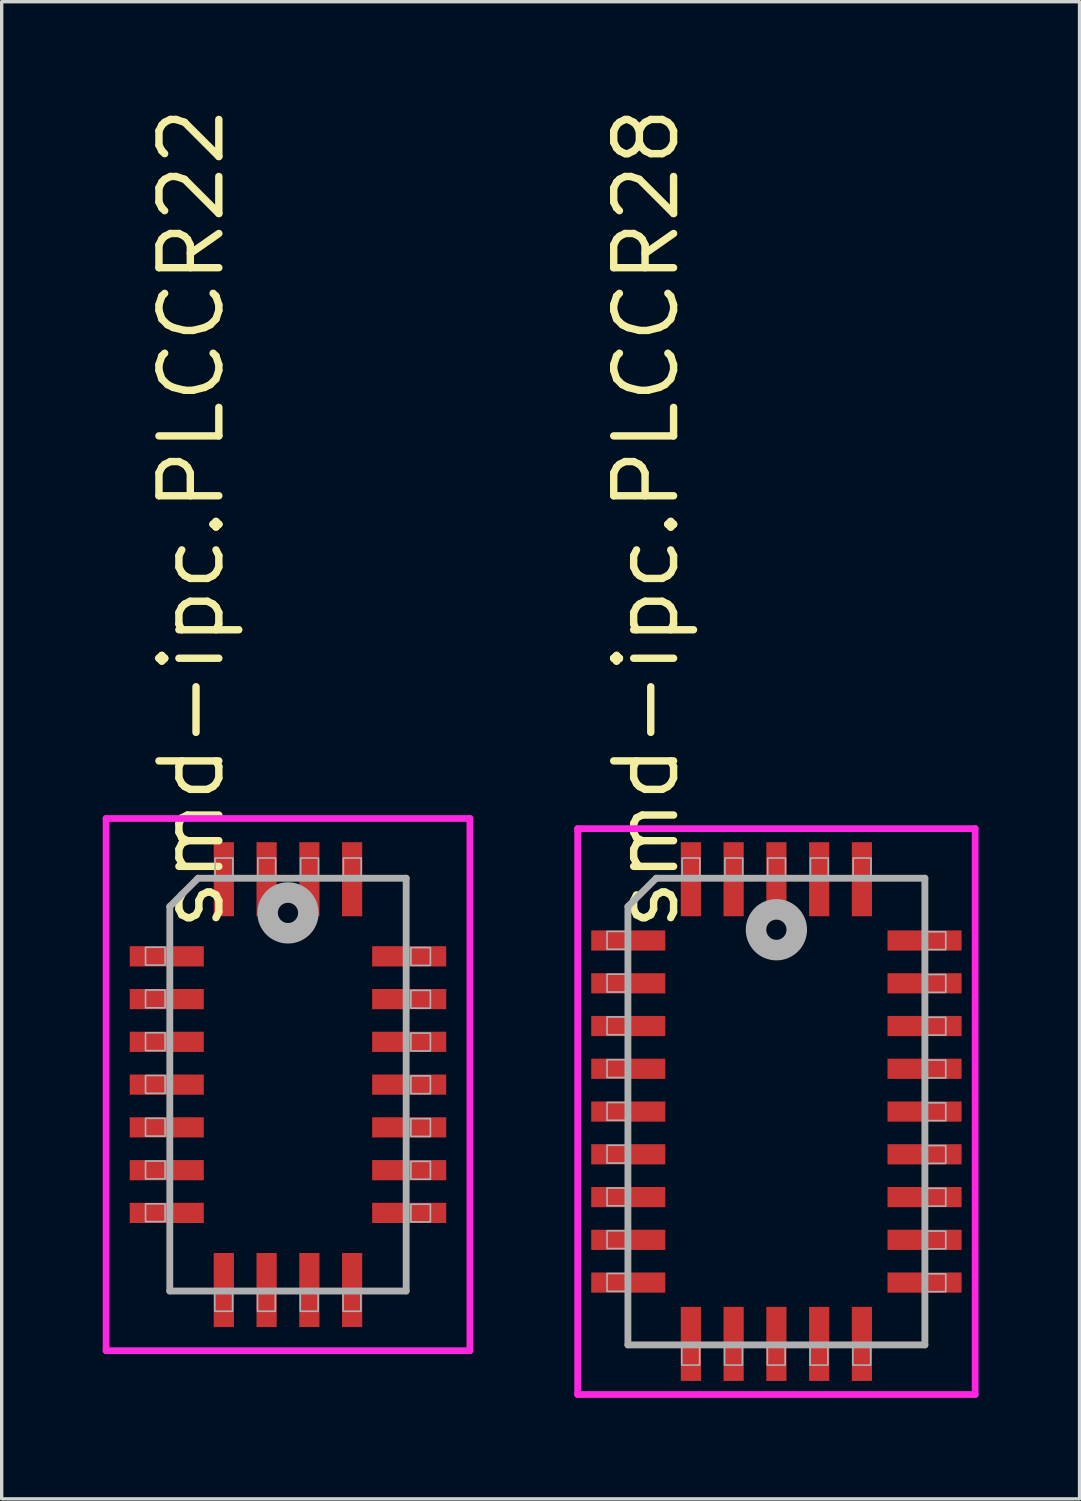
<source format=kicad_pcb>
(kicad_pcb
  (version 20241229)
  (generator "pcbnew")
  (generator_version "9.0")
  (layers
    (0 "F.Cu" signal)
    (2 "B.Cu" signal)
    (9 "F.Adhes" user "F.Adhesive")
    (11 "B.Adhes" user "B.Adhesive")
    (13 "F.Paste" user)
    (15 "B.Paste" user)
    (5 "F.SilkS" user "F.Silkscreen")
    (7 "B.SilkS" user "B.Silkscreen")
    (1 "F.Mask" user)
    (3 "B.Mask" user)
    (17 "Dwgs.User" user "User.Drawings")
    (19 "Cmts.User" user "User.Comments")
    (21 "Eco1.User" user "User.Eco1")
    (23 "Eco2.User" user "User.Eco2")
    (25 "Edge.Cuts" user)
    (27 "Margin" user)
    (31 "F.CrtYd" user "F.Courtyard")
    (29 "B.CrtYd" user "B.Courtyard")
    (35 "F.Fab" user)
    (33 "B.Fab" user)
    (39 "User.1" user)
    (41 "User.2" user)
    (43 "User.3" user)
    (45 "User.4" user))
  (footprint "smd-ipc.PLCCR22"
    (layer "F.Cu")
    (at 5.503 29.163)
    (property "Reference" "smd-ipc.PLCCR22" (at -1.825 -4.475 270) (layer "F.SilkS") (effects (font (size 1.778 1.778) (thickness 0.22)) (justify left bottom)))
    (attr smd)
    (fp_line (start -5.403 -7.903) (end 5.403 -7.903) (stroke (width 0.2) (type default)) (layer "F.CrtYd"))
    (fp_line (start -5.403 7.903) (end -5.403 -7.903) (stroke (width 0.2) (type default)) (layer "F.CrtYd"))
    (fp_line (start 5.403 -7.903) (end 5.403 7.903) (stroke (width 0.2) (type default)) (layer "F.CrtYd"))
    (fp_line (start 5.403 7.903) (end -5.403 7.903) (stroke (width 0.2) (type default)) (layer "F.CrtYd"))
    (fp_line (start -3.51 -5.29) (end -3.51 6.13) (stroke (width 0.203) (type default)) (layer "F.Fab"))
    (fp_line (start -3.51 6.13) (end 3.51 6.13) (stroke (width 0.203) (type default)) (layer "F.Fab"))
    (fp_line (start -2.67 -6.13) (end -3.51 -5.29) (stroke (width 0.203) (type default)) (layer "F.Fab"))
    (fp_line (start 3.51 -6.13) (end -2.67 -6.13) (stroke (width 0.203) (type default)) (layer "F.Fab"))
    (fp_line (start 3.51 6.13) (end 3.51 -6.13) (stroke (width 0.203) (type default)) (layer "F.Fab"))
    (fp_rect (start -4.23 -3.55) (end -3.65 -4.08) (stroke (width 0.05) (type default)) (fill no) (layer "F.Fab"))
    (fp_rect (start -4.23 -2.28) (end -3.65 -2.81) (stroke (width 0.05) (type default)) (fill no) (layer "F.Fab"))
    (fp_rect (start -4.23 -1.01) (end -3.65 -1.54) (stroke (width 0.05) (type default)) (fill no) (layer "F.Fab"))
    (fp_rect (start -4.23 0.26) (end -3.65 -0.27) (stroke (width 0.05) (type default)) (fill no) (layer "F.Fab"))
    (fp_rect (start -4.23 1.53) (end -3.65 1) (stroke (width 0.05) (type default)) (fill no) (layer "F.Fab"))
    (fp_rect (start -4.23 2.8) (end -3.65 2.27) (stroke (width 0.05) (type default)) (fill no) (layer "F.Fab"))
    (fp_rect (start -4.23 4.07) (end -3.65 3.54) (stroke (width 0.05) (type default)) (fill no) (layer "F.Fab"))
    (fp_rect (start -2.175 6.73) (end -1.645 6.15) (stroke (width 0.05) (type default)) (fill no) (layer "F.Fab"))
    (fp_rect (start -2.165 -6.15) (end -1.635 -6.73) (stroke (width 0.05) (type default)) (fill no) (layer "F.Fab"))
    (fp_rect (start -0.905 6.73) (end -0.375 6.15) (stroke (width 0.05) (type default)) (fill no) (layer "F.Fab"))
    (fp_rect (start -0.895 -6.15) (end -0.365 -6.73) (stroke (width 0.05) (type default)) (fill no) (layer "F.Fab"))
    (fp_rect (start 0.365 6.73) (end 0.895 6.15) (stroke (width 0.05) (type default)) (fill no) (layer "F.Fab"))
    (fp_rect (start 0.375 -6.15) (end 0.905 -6.73) (stroke (width 0.05) (type default)) (fill no) (layer "F.Fab"))
    (fp_rect (start 1.635 6.73) (end 2.165 6.15) (stroke (width 0.05) (type default)) (fill no) (layer "F.Fab"))
    (fp_rect (start 1.645 -6.15) (end 2.175 -6.73) (stroke (width 0.05) (type default)) (fill no) (layer "F.Fab"))
    (fp_rect (start 3.65 -3.54) (end 4.23 -4.07) (stroke (width 0.05) (type default)) (fill no) (layer "F.Fab"))
    (fp_rect (start 3.65 -2.27) (end 4.23 -2.8) (stroke (width 0.05) (type default)) (fill no) (layer "F.Fab"))
    (fp_rect (start 3.65 -1) (end 4.23 -1.53) (stroke (width 0.05) (type default)) (fill no) (layer "F.Fab"))
    (fp_rect (start 3.65 0.27) (end 4.23 -0.26) (stroke (width 0.05) (type default)) (fill no) (layer "F.Fab"))
    (fp_rect (start 3.65 1.54) (end 4.23 1.01) (stroke (width 0.05) (type default)) (fill no) (layer "F.Fab"))
    (fp_rect (start 3.65 2.81) (end 4.23 2.28) (stroke (width 0.05) (type default)) (fill no) (layer "F.Fab"))
    (fp_rect (start 3.65 4.08) (end 4.23 3.55) (stroke (width 0.05) (type default)) (fill no) (layer "F.Fab"))
    (fp_circle (center 0 -5.1) (end 0.3 -5.1) (stroke (width 0.61) (type default)) (fill no) (layer "F.Fab"))
    (pad "1" smd roundrect (at -0.635 -6.1) (size 0.6 2.2) (layers "F.Cu" "F.Mask" "F.Paste") (roundrect_rratio 0.01))
    (pad "2" smd roundrect (at -1.905 -6.1) (size 0.6 2.2) (layers "F.Cu" "F.Mask" "F.Paste") (roundrect_rratio 0.01))
    (pad "3" smd roundrect (at -3.6 -3.81) (size 2.2 0.6) (layers "F.Cu" "F.Mask" "F.Paste") (roundrect_rratio 0.01))
    (pad "4" smd roundrect (at -3.6 -2.54) (size 2.2 0.6) (layers "F.Cu" "F.Mask" "F.Paste") (roundrect_rratio 0.01))
    (pad "5" smd roundrect (at -3.6 -1.27) (size 2.2 0.6) (layers "F.Cu" "F.Mask" "F.Paste") (roundrect_rratio 0.01))
    (pad "6" smd roundrect (at -3.6 0) (size 2.2 0.6) (layers "F.Cu" "F.Mask" "F.Paste") (roundrect_rratio 0.01))
    (pad "7" smd roundrect (at -3.6 1.27) (size 2.2 0.6) (layers "F.Cu" "F.Mask" "F.Paste") (roundrect_rratio 0.01))
    (pad "8" smd roundrect (at -3.6 2.54) (size 2.2 0.6) (layers "F.Cu" "F.Mask" "F.Paste") (roundrect_rratio 0.01))
    (pad "9" smd roundrect (at -3.6 3.81) (size 2.2 0.6) (layers "F.Cu" "F.Mask" "F.Paste") (roundrect_rratio 0.01))
    (pad "10" smd roundrect (at -1.905 6.1) (size 0.6 2.2) (layers "F.Cu" "F.Mask" "F.Paste") (roundrect_rratio 0.01))
    (pad "11" smd roundrect (at -0.635 6.1) (size 0.6 2.2) (layers "F.Cu" "F.Mask" "F.Paste") (roundrect_rratio 0.01))
    (pad "12" smd roundrect (at 0.635 6.1) (size 0.6 2.2) (layers "F.Cu" "F.Mask" "F.Paste") (roundrect_rratio 0.01))
    (pad "13" smd roundrect (at 1.905 6.1) (size 0.6 2.2) (layers "F.Cu" "F.Mask" "F.Paste") (roundrect_rratio 0.01))
    (pad "14" smd roundrect (at 3.6 3.81) (size 2.2 0.6) (layers "F.Cu" "F.Mask" "F.Paste") (roundrect_rratio 0.01))
    (pad "15" smd roundrect (at 3.6 2.54) (size 2.2 0.6) (layers "F.Cu" "F.Mask" "F.Paste") (roundrect_rratio 0.01))
    (pad "16" smd roundrect (at 3.6 1.27) (size 2.2 0.6) (layers "F.Cu" "F.Mask" "F.Paste") (roundrect_rratio 0.01))
    (pad "17" smd roundrect (at 3.6 0) (size 2.2 0.6) (layers "F.Cu" "F.Mask" "F.Paste") (roundrect_rratio 0.01))
    (pad "18" smd roundrect (at 3.6 -1.27) (size 2.2 0.6) (layers "F.Cu" "F.Mask" "F.Paste") (roundrect_rratio 0.01))
    (pad "19" smd roundrect (at 3.6 -2.54) (size 2.2 0.6) (layers "F.Cu" "F.Mask" "F.Paste") (roundrect_rratio 0.01))
    (pad "20" smd roundrect (at 3.6 -3.81) (size 2.2 0.6) (layers "F.Cu" "F.Mask" "F.Paste") (roundrect_rratio 0.01))
    (pad "21" smd roundrect (at 1.905 -6.1) (size 0.6 2.2) (layers "F.Cu" "F.Mask" "F.Paste") (roundrect_rratio 0.01))
    (pad "22" smd roundrect (at 0.635 -6.1) (size 0.6 2.2) (layers "F.Cu" "F.Mask" "F.Paste") (roundrect_rratio 0.01)))
  (footprint "smd-ipc.PLCCR28"
    (layer "F.Cu")
    (at 20.009 29.963)
    (property "Reference" "smd-ipc.PLCCR28" (at -2.825 -5.275 270) (layer "F.SilkS") (effects (font (size 1.778 1.778) (thickness 0.22)) (justify left bottom)))
    (attr smd)
    (fp_line (start -5.903 -8.403) (end 5.903 -8.403) (stroke (width 0.2) (type default)) (layer "F.CrtYd"))
    (fp_line (start -5.903 8.403) (end -5.903 -8.403) (stroke (width 0.2) (type default)) (layer "F.CrtYd"))
    (fp_line (start 5.903 -8.403) (end 5.903 8.403) (stroke (width 0.2) (type default)) (layer "F.CrtYd"))
    (fp_line (start 5.903 8.403) (end -5.903 8.403) (stroke (width 0.2) (type default)) (layer "F.CrtYd"))
    (fp_line (start -4.41 -6.09) (end -4.41 6.93) (stroke (width 0.203) (type default)) (layer "F.Fab"))
    (fp_line (start -4.41 6.93) (end 4.41 6.93) (stroke (width 0.203) (type default)) (layer "F.Fab"))
    (fp_line (start -3.57 -6.93) (end -4.41 -6.09) (stroke (width 0.203) (type default)) (layer "F.Fab"))
    (fp_line (start 4.41 -6.93) (end -3.57 -6.93) (stroke (width 0.203) (type default)) (layer "F.Fab"))
    (fp_line (start 4.41 6.93) (end 4.41 -6.93) (stroke (width 0.203) (type default)) (layer "F.Fab"))
    (fp_rect (start -5.03 -4.82) (end -4.45 -5.35) (stroke (width 0.05) (type default)) (fill no) (layer "F.Fab"))
    (fp_rect (start -5.03 -3.55) (end -4.45 -4.08) (stroke (width 0.05) (type default)) (fill no) (layer "F.Fab"))
    (fp_rect (start -5.03 -2.28) (end -4.45 -2.81) (stroke (width 0.05) (type default)) (fill no) (layer "F.Fab"))
    (fp_rect (start -5.03 -1.01) (end -4.45 -1.54) (stroke (width 0.05) (type default)) (fill no) (layer "F.Fab"))
    (fp_rect (start -5.03 0.26) (end -4.45 -0.27) (stroke (width 0.05) (type default)) (fill no) (layer "F.Fab"))
    (fp_rect (start -5.03 1.53) (end -4.45 1) (stroke (width 0.05) (type default)) (fill no) (layer "F.Fab"))
    (fp_rect (start -5.03 2.8) (end -4.45 2.27) (stroke (width 0.05) (type default)) (fill no) (layer "F.Fab"))
    (fp_rect (start -5.03 4.07) (end -4.45 3.54) (stroke (width 0.05) (type default)) (fill no) (layer "F.Fab"))
    (fp_rect (start -5.03 5.34) (end -4.45 4.81) (stroke (width 0.05) (type default)) (fill no) (layer "F.Fab"))
    (fp_rect (start -2.81 7.53) (end -2.28 6.95) (stroke (width 0.05) (type default)) (fill no) (layer "F.Fab"))
    (fp_rect (start -2.8 -6.95) (end -2.27 -7.53) (stroke (width 0.05) (type default)) (fill no) (layer "F.Fab"))
    (fp_rect (start -1.54 7.53) (end -1.01 6.95) (stroke (width 0.05) (type default)) (fill no) (layer "F.Fab"))
    (fp_rect (start -1.53 -6.95) (end -1 -7.53) (stroke (width 0.05) (type default)) (fill no) (layer "F.Fab"))
    (fp_rect (start -0.27 7.53) (end 0.26 6.95) (stroke (width 0.05) (type default)) (fill no) (layer "F.Fab"))
    (fp_rect (start -0.26 -6.95) (end 0.27 -7.53) (stroke (width 0.05) (type default)) (fill no) (layer "F.Fab"))
    (fp_rect (start 1 7.53) (end 1.53 6.95) (stroke (width 0.05) (type default)) (fill no) (layer "F.Fab"))
    (fp_rect (start 1.01 -6.95) (end 1.54 -7.53) (stroke (width 0.05) (type default)) (fill no) (layer "F.Fab"))
    (fp_rect (start 2.27 7.53) (end 2.8 6.95) (stroke (width 0.05) (type default)) (fill no) (layer "F.Fab"))
    (fp_rect (start 2.28 -6.95) (end 2.81 -7.53) (stroke (width 0.05) (type default)) (fill no) (layer "F.Fab"))
    (fp_rect (start 4.45 -4.81) (end 5.03 -5.34) (stroke (width 0.05) (type default)) (fill no) (layer "F.Fab"))
    (fp_rect (start 4.45 -3.54) (end 5.03 -4.07) (stroke (width 0.05) (type default)) (fill no) (layer "F.Fab"))
    (fp_rect (start 4.45 -2.27) (end 5.03 -2.8) (stroke (width 0.05) (type default)) (fill no) (layer "F.Fab"))
    (fp_rect (start 4.45 -1) (end 5.03 -1.53) (stroke (width 0.05) (type default)) (fill no) (layer "F.Fab"))
    (fp_rect (start 4.45 0.27) (end 5.03 -0.26) (stroke (width 0.05) (type default)) (fill no) (layer "F.Fab"))
    (fp_rect (start 4.45 1.54) (end 5.03 1.01) (stroke (width 0.05) (type default)) (fill no) (layer "F.Fab"))
    (fp_rect (start 4.45 2.81) (end 5.03 2.28) (stroke (width 0.05) (type default)) (fill no) (layer "F.Fab"))
    (fp_rect (start 4.45 4.08) (end 5.03 3.55) (stroke (width 0.05) (type default)) (fill no) (layer "F.Fab"))
    (fp_rect (start 4.45 5.35) (end 5.03 4.82) (stroke (width 0.05) (type default)) (fill no) (layer "F.Fab"))
    (fp_circle (center 0 -5.4) (end 0.3 -5.4) (stroke (width 0.61) (type default)) (fill no) (layer "F.Fab"))
    (pad "1" smd roundrect (at 0 -6.9) (size 0.6 2.2) (layers "F.Cu" "F.Mask" "F.Paste") (roundrect_rratio 0.01))
    (pad "2" smd roundrect (at -1.27 -6.9) (size 0.6 2.2) (layers "F.Cu" "F.Mask" "F.Paste") (roundrect_rratio 0.01))
    (pad "3" smd roundrect (at -2.54 -6.9) (size 0.6 2.2) (layers "F.Cu" "F.Mask" "F.Paste") (roundrect_rratio 0.01))
    (pad "4" smd roundrect (at -4.4 -5.08) (size 2.2 0.6) (layers "F.Cu" "F.Mask" "F.Paste") (roundrect_rratio 0.01))
    (pad "5" smd roundrect (at -4.4 -3.81) (size 2.2 0.6) (layers "F.Cu" "F.Mask" "F.Paste") (roundrect_rratio 0.01))
    (pad "6" smd roundrect (at -4.4 -2.54) (size 2.2 0.6) (layers "F.Cu" "F.Mask" "F.Paste") (roundrect_rratio 0.01))
    (pad "7" smd roundrect (at -4.4 -1.27) (size 2.2 0.6) (layers "F.Cu" "F.Mask" "F.Paste") (roundrect_rratio 0.01))
    (pad "8" smd roundrect (at -4.4 0) (size 2.2 0.6) (layers "F.Cu" "F.Mask" "F.Paste") (roundrect_rratio 0.01))
    (pad "9" smd roundrect (at -4.4 1.27) (size 2.2 0.6) (layers "F.Cu" "F.Mask" "F.Paste") (roundrect_rratio 0.01))
    (pad "10" smd roundrect (at -4.4 2.54) (size 2.2 0.6) (layers "F.Cu" "F.Mask" "F.Paste") (roundrect_rratio 0.01))
    (pad "11" smd roundrect (at -4.4 3.81) (size 2.2 0.6) (layers "F.Cu" "F.Mask" "F.Paste") (roundrect_rratio 0.01))
    (pad "12" smd roundrect (at -4.4 5.08) (size 2.2 0.6) (layers "F.Cu" "F.Mask" "F.Paste") (roundrect_rratio 0.01))
    (pad "13" smd roundrect (at -2.54 6.9) (size 0.6 2.2) (layers "F.Cu" "F.Mask" "F.Paste") (roundrect_rratio 0.01))
    (pad "14" smd roundrect (at -1.27 6.9) (size 0.6 2.2) (layers "F.Cu" "F.Mask" "F.Paste") (roundrect_rratio 0.01))
    (pad "15" smd roundrect (at 0 6.9) (size 0.6 2.2) (layers "F.Cu" "F.Mask" "F.Paste") (roundrect_rratio 0.01))
    (pad "16" smd roundrect (at 1.27 6.9) (size 0.6 2.2) (layers "F.Cu" "F.Mask" "F.Paste") (roundrect_rratio 0.01))
    (pad "17" smd roundrect (at 2.54 6.9) (size 0.6 2.2) (layers "F.Cu" "F.Mask" "F.Paste") (roundrect_rratio 0.01))
    (pad "18" smd roundrect (at 4.4 5.08) (size 2.2 0.6) (layers "F.Cu" "F.Mask" "F.Paste") (roundrect_rratio 0.01))
    (pad "19" smd roundrect (at 4.4 3.81) (size 2.2 0.6) (layers "F.Cu" "F.Mask" "F.Paste") (roundrect_rratio 0.01))
    (pad "20" smd roundrect (at 4.4 2.54) (size 2.2 0.6) (layers "F.Cu" "F.Mask" "F.Paste") (roundrect_rratio 0.01))
    (pad "21" smd roundrect (at 4.4 1.27) (size 2.2 0.6) (layers "F.Cu" "F.Mask" "F.Paste") (roundrect_rratio 0.01))
    (pad "22" smd roundrect (at 4.4 0) (size 2.2 0.6) (layers "F.Cu" "F.Mask" "F.Paste") (roundrect_rratio 0.01))
    (pad "23" smd roundrect (at 4.4 -1.27) (size 2.2 0.6) (layers "F.Cu" "F.Mask" "F.Paste") (roundrect_rratio 0.01))
    (pad "24" smd roundrect (at 4.4 -2.54) (size 2.2 0.6) (layers "F.Cu" "F.Mask" "F.Paste") (roundrect_rratio 0.01))
    (pad "25" smd roundrect (at 4.4 -3.81) (size 2.2 0.6) (layers "F.Cu" "F.Mask" "F.Paste") (roundrect_rratio 0.01))
    (pad "26" smd roundrect (at 4.4 -5.08) (size 2.2 0.6) (layers "F.Cu" "F.Mask" "F.Paste") (roundrect_rratio 0.01))
    (pad "27" smd roundrect (at 2.54 -6.9) (size 0.6 2.2) (layers "F.Cu" "F.Mask" "F.Paste") (roundrect_rratio 0.01))
    (pad "28" smd roundrect (at 1.27 -6.9) (size 0.6 2.2) (layers "F.Cu" "F.Mask" "F.Paste") (roundrect_rratio 0.01)))
  (gr_rect
    (start -3 -3)
    (end 29.012 41.466)
    (stroke (width 0.1) (type default))
    (fill no)
    (layer "Edge.Cuts")))
</source>
